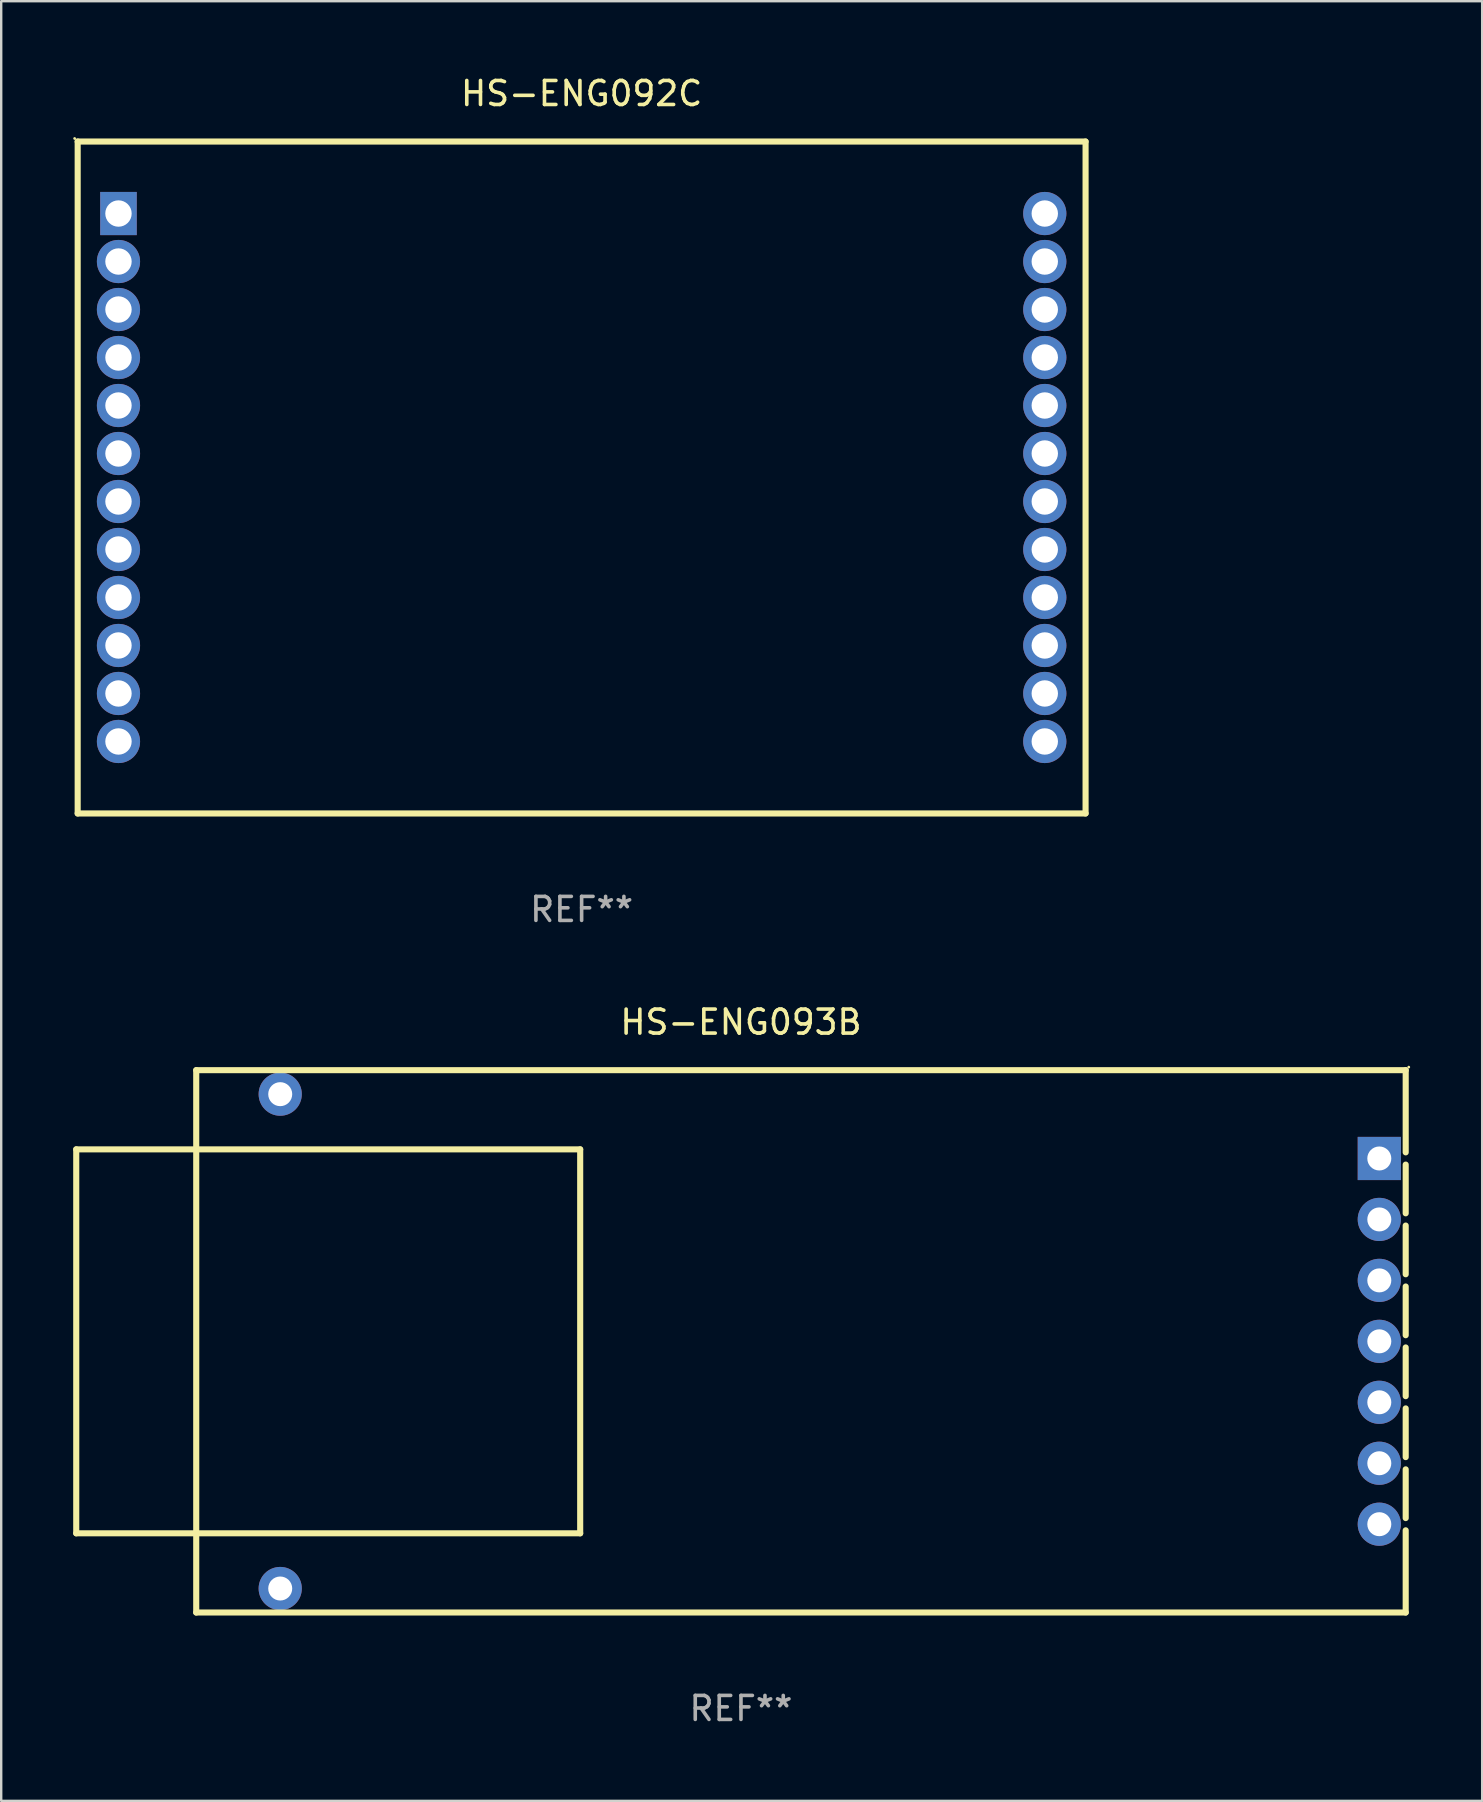
<source format=kicad_pcb>
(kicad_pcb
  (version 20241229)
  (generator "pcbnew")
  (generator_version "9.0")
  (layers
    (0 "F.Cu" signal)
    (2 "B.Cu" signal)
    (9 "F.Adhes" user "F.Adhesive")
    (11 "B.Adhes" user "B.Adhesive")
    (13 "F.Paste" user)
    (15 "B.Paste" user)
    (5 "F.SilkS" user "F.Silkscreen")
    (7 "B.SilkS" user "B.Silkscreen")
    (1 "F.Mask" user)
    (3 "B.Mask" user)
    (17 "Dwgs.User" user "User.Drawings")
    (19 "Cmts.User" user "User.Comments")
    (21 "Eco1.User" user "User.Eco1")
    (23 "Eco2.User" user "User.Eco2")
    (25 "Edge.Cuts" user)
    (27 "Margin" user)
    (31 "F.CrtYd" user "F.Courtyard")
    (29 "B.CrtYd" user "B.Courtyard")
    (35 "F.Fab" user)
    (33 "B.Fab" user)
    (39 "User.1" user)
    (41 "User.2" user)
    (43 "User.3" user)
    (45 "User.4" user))
  (footprint "HS-ENG092C"
    (layer "F.Cu")
    (at 21.187 16.848)
    (property "Reference" "HS-ENG092C" (at 0 -16 0) (layer "F.SilkS") (effects (font (size 1 1) (thickness 0.15))))
    (attr through_hole)
    (fp_line (start -21 -14) (end -21 14) (stroke (width 0.254) (type solid)) (layer "F.SilkS"))
    (fp_line (start -21 -14) (end 21 -14) (stroke (width 0.254) (type solid)) (layer "F.SilkS"))
    (fp_line (start -21 14) (end 21 14) (stroke (width 0.254) (type solid)) (layer "F.SilkS"))
    (fp_line (start 21 -14) (end 21 14) (stroke (width 0.254) (type solid)) (layer "F.SilkS"))
    (fp_circle (center -21.127 -14.127) (end -21.097 -14.127) (stroke (width 0.06) (type solid)) (fill no) (layer "F.SilkS"))
    (fp_text user "REF**" (at 0 18 0) (layer "F.Fab") (effects (font (size 1 1) (thickness 0.15))))
    (pad "1" thru_hole rect (at -19.3 -11) (size 1.524 1.8) (drill 1.1) (layers "*.Cu" "*.Mask"))
    (pad "2" thru_hole circle (at -19.3 -9) (size 1.8 1.8) (drill 1.1) (layers "*.Cu" "*.Mask"))
    (pad "3" thru_hole circle (at -19.3 -7) (size 1.8 1.8) (drill 1.1) (layers "*.Cu" "*.Mask"))
    (pad "4" thru_hole circle (at -19.3 -5) (size 1.8 1.8) (drill 1.1) (layers "*.Cu" "*.Mask"))
    (pad "5" thru_hole circle (at -19.3 -3) (size 1.8 1.8) (drill 1.1) (layers "*.Cu" "*.Mask"))
    (pad "6" thru_hole circle (at -19.3 -1) (size 1.8 1.8) (drill 1.1) (layers "*.Cu" "*.Mask"))
    (pad "7" thru_hole circle (at -19.3 1) (size 1.8 1.8) (drill 1.1) (layers "*.Cu" "*.Mask"))
    (pad "8" thru_hole circle (at -19.3 3) (size 1.8 1.8) (drill 1.1) (layers "*.Cu" "*.Mask"))
    (pad "9" thru_hole circle (at -19.3 5) (size 1.8 1.8) (drill 1.1) (layers "*.Cu" "*.Mask"))
    (pad "10" thru_hole circle (at -19.3 7) (size 1.8 1.8) (drill 1.1) (layers "*.Cu" "*.Mask"))
    (pad "11" thru_hole circle (at -19.3 9) (size 1.8 1.8) (drill 1.1) (layers "*.Cu" "*.Mask"))
    (pad "12" thru_hole circle (at -19.3 11) (size 1.8 1.8) (drill 1.1) (layers "*.Cu" "*.Mask"))
    (pad "13" thru_hole circle (at 19.3 11) (size 1.8 1.8) (drill 1.1) (layers "*.Cu" "*.Mask"))
    (pad "14" thru_hole circle (at 19.3 9) (size 1.8 1.8) (drill 1.1) (layers "*.Cu" "*.Mask"))
    (pad "15" thru_hole circle (at 19.3 7) (size 1.8 1.8) (drill 1.1) (layers "*.Cu" "*.Mask"))
    (pad "16" thru_hole circle (at 19.3 5) (size 1.8 1.8) (drill 1.1) (layers "*.Cu" "*.Mask"))
    (pad "17" thru_hole circle (at 19.3 3) (size 1.8 1.8) (drill 1.1) (layers "*.Cu" "*.Mask"))
    (pad "18" thru_hole circle (at 19.3 1) (size 1.8 1.8) (drill 1.1) (layers "*.Cu" "*.Mask"))
    (pad "19" thru_hole circle (at 19.3 -1) (size 1.8 1.8) (drill 1.1) (layers "*.Cu" "*.Mask"))
    (pad "20" thru_hole circle (at 19.3 -3) (size 1.8 1.8) (drill 1.1) (layers "*.Cu" "*.Mask"))
    (pad "21" thru_hole circle (at 19.3 -5) (size 1.8 1.8) (drill 1.1) (layers "*.Cu" "*.Mask"))
    (pad "22" thru_hole circle (at 19.3 -7) (size 1.8 1.8) (drill 1.1) (layers "*.Cu" "*.Mask"))
    (pad "23" thru_hole circle (at 19.3 -9) (size 1.8 1.8) (drill 1.1) (layers "*.Cu" "*.Mask"))
    (pad "24" thru_hole circle (at 19.3 -11) (size 1.8 1.8) (drill 1.1) (layers "*.Cu" "*.Mask")))
  (footprint "HS-ENG093B"
    (layer "F.Cu")
    (at 27.827 52.845)
    (property "Reference" "HS-ENG093B" (at 0 -13.3 0) (layer "F.SilkS") (effects (font (size 1 1) (thickness 0.15))))
    (attr through_hole)
    (fp_line (start -27.7 -8) (end -27.7 8) (stroke (width 0.254) (type solid)) (layer "F.SilkS"))
    (fp_line (start -27.7 -8) (end -6.7 -8) (stroke (width 0.254) (type solid)) (layer "F.SilkS"))
    (fp_line (start -27.7 8) (end -6.7 8) (stroke (width 0.254) (type solid)) (layer "F.SilkS"))
    (fp_line (start -22.7 -11.3) (end -22.7 11.3) (stroke (width 0.254) (type solid)) (layer "F.SilkS"))
    (fp_line (start -22.7 -11.3) (end 27.7 -11.3) (stroke (width 0.254) (type solid)) (layer "F.SilkS"))
    (fp_line (start -22.7 11.3) (end 27.7 11.3) (stroke (width 0.254) (type solid)) (layer "F.SilkS"))
    (fp_line (start -6.7 -8) (end -6.7 8) (stroke (width 0.254) (type solid)) (layer "F.SilkS"))
    (fp_line (start 27.7 -11.3) (end 27.7 -7.875) (stroke (width 0.254) (type solid)) (layer "F.SilkS"))
    (fp_line (start 27.7 -7.365) (end 27.7 -5.335) (stroke (width 0.254) (type solid)) (layer "F.SilkS"))
    (fp_line (start 27.7 -4.825) (end 27.7 -2.795) (stroke (width 0.254) (type solid)) (layer "F.SilkS"))
    (fp_line (start 27.7 -2.285) (end 27.7 -0.255) (stroke (width 0.254) (type solid)) (layer "F.SilkS"))
    (fp_line (start 27.7 0.255) (end 27.7 2.285) (stroke (width 0.254) (type solid)) (layer "F.SilkS"))
    (fp_line (start 27.7 2.795) (end 27.7 4.825) (stroke (width 0.254) (type solid)) (layer "F.SilkS"))
    (fp_line (start 27.7 5.335) (end 27.7 7.365) (stroke (width 0.254) (type solid)) (layer "F.SilkS"))
    (fp_line (start 27.7 7.875) (end 27.7 11.3) (stroke (width 0.254) (type solid)) (layer "F.SilkS"))
    (fp_circle (center 27.827 -11.427) (end 27.857 -11.427) (stroke (width 0.06) (type solid)) (fill no) (layer "F.SilkS"))
    (fp_text user "REF**" (at 0 15.3 0) (layer "F.Fab") (effects (font (size 1 1) (thickness 0.15))))
    (pad "1" thru_hole rect (at 26.6 -7.62) (size 1.8 1.8) (drill 1) (layers "*.Cu" "*.Mask"))
    (pad "2" thru_hole circle (at 26.6 -5.08) (size 1.8 1.8) (drill 1) (layers "*.Cu" "*.Mask"))
    (pad "3" thru_hole circle (at 26.6 -2.54) (size 1.8 1.8) (drill 1) (layers "*.Cu" "*.Mask"))
    (pad "4" thru_hole circle (at 26.6 0) (size 1.8 1.8) (drill 1) (layers "*.Cu" "*.Mask"))
    (pad "5" thru_hole circle (at 26.6 2.54) (size 1.8 1.8) (drill 1) (layers "*.Cu" "*.Mask"))
    (pad "6" thru_hole circle (at 26.6 5.08) (size 1.8 1.8) (drill 1) (layers "*.Cu" "*.Mask"))
    (pad "7" thru_hole circle (at 26.6 7.62) (size 1.8 1.8) (drill 1) (layers "*.Cu" "*.Mask"))
    (pad "8" thru_hole circle (at -19.2 -10.3) (size 1.8 1.8) (drill 1) (layers "*.Cu" "*.Mask"))
    (pad "9" thru_hole circle (at -19.2 10.3) (size 1.8 1.8) (drill 1) (layers "*.Cu" "*.Mask")))
  (gr_rect
    (start -3 -3)
    (end 58.714 71.993)
    (stroke (width 0.1) (type default))
    (fill no)
    (layer "Edge.Cuts")))
</source>
